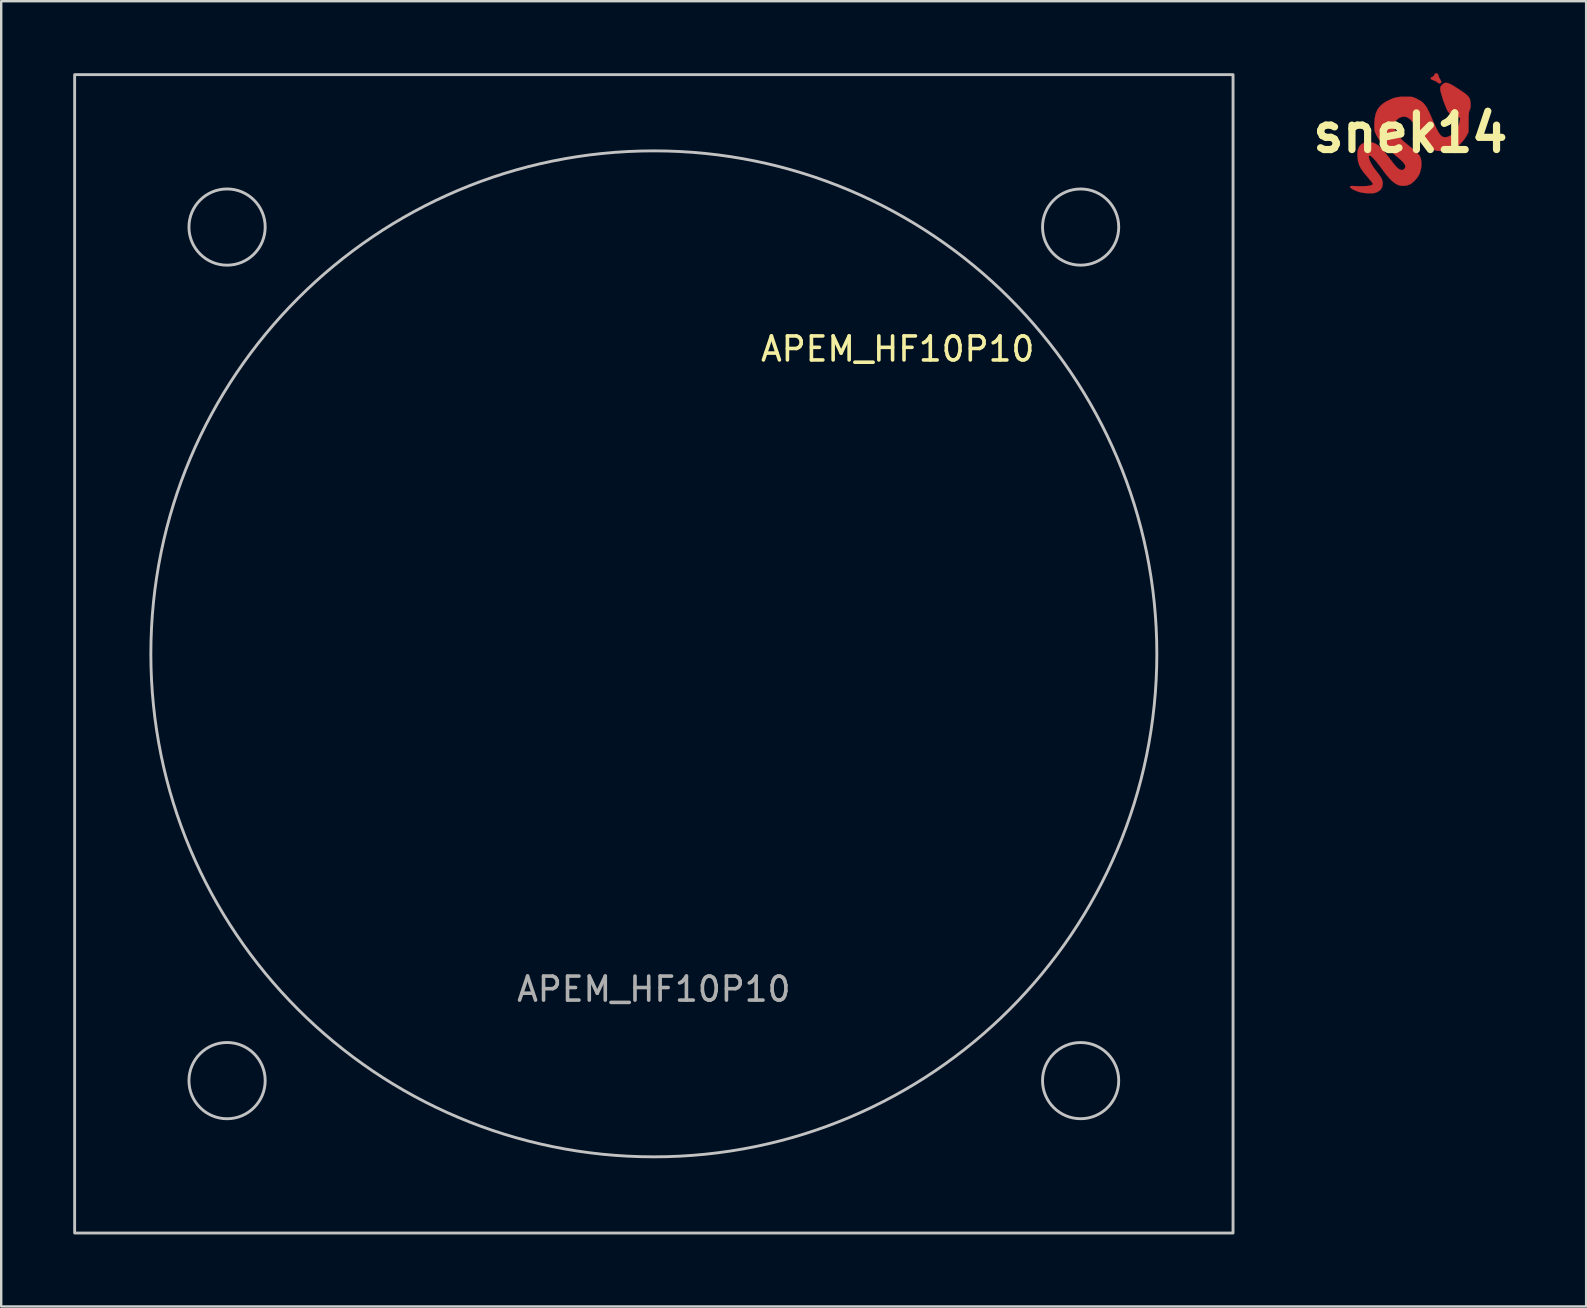
<source format=kicad_pcb>
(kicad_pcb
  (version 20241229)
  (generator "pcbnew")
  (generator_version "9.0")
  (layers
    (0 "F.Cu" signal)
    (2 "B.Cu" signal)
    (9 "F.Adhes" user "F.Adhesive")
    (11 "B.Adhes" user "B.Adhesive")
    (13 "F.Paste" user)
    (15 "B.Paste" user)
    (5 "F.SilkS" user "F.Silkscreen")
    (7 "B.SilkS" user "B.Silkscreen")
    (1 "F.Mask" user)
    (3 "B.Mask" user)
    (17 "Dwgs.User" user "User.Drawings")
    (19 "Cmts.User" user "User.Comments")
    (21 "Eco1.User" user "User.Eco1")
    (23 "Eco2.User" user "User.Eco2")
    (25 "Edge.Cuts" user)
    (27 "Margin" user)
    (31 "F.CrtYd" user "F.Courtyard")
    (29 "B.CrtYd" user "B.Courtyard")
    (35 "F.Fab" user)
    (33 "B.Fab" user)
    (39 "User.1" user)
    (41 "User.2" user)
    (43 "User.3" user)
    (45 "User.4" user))
  (footprint "APEM_HF10P10"
    (layer "F.Cu")
    (at 24.19 24.19)
    (property "Reference" "APEM_HF10P10" (at 10.16 -12.7 0) (unlocked yes) (layer "F.SilkS") (effects (font (size 1 1) (thickness 0.15))))
    (fp_rect (start -24.13 -24.13) (end 24.13 24.13) (stroke (width 0.12) (type solid)) (fill no) (layer "Dwgs.User"))
    (fp_circle (center -17.78 -17.78) (end -16.192 -17.78) (stroke (width 0.12) (type solid)) (fill no) (layer "Dwgs.User"))
    (fp_circle (center -17.78 17.78) (end -16.192 17.78) (stroke (width 0.12) (type solid)) (fill no) (layer "Dwgs.User"))
    (fp_circle (center 0 0) (end 20.955 0) (stroke (width 0.12) (type solid)) (fill no) (layer "Dwgs.User"))
    (fp_circle (center 17.78 -17.78) (end 19.367 -17.78) (stroke (width 0.12) (type solid)) (fill no) (layer "Dwgs.User"))
    (fp_circle (center 17.78 17.78) (end 19.367 17.78) (stroke (width 0.12) (type solid)) (fill no) (layer "Dwgs.User"))
    (fp_text user "${REFERENCE}" (at 0 13.97 0) (unlocked yes) (layer "F.Fab") (effects (font (size 1 1) (thickness 0.15)))))
  (footprint "snek14"
    (layer "F.Cu")
    (at 55.705 2.49)
    (property "Reference" "snek14" (at 0 0 0) (layer "F.SilkS") (effects (font (size 1.524 1.524) (thickness 0.3))))
    (attr through_hole)
    (fp_poly (pts (xy 1.091 -2.484) (xy 1.139 -2.466) (xy 1.165 -2.416) (xy 1.171 -2.391) (xy 1.2 -2.309) (xy 1.244 -2.231) (xy 1.244 -2.231) (xy 1.278 -2.17) (xy 1.291 -2.118) (xy 1.29 -2.113) (xy 1.262 -2.074) (xy 1.211 -2.065) (xy 1.154 -2.087) (xy 1.131 -2.108) (xy 1.077 -2.147) (xy 0.999 -2.183) (xy 0.967 -2.194) (xy 0.89 -2.223) (xy 0.855 -2.255) (xy 0.851 -2.276) (xy 0.873 -2.319) (xy 0.911 -2.333) (xy 0.97 -2.365) (xy 1 -2.416) (xy 1.03 -2.47) (xy 1.073 -2.485) (xy 1.091 -2.484)) (stroke (width 0.01) (type solid)) (fill yes) (layer "F.Cu"))
    (fp_poly (pts (xy 1.562 -2.08) (xy 1.649 -2.046) (xy 1.76 -1.987) (xy 1.899 -1.902) (xy 2.074 -1.788) (xy 2.075 -1.787) (xy 2.224 -1.686) (xy 2.335 -1.602) (xy 2.412 -1.526) (xy 2.463 -1.453) (xy 2.492 -1.373) (xy 2.507 -1.28) (xy 2.511 -1.232) (xy 2.512 -1.116) (xy 2.501 -1.033) (xy 2.476 -0.966) (xy 2.474 -0.963) (xy 2.457 -0.922) (xy 2.444 -0.871) (xy 2.436 -0.802) (xy 2.43 -0.705) (xy 2.428 -0.571) (xy 2.427 -0.457) (xy 2.426 -0.038) (xy 2.337 0.127) (xy 2.256 0.254) (xy 2.149 0.386) (xy 2.028 0.51) (xy 1.906 0.614) (xy 1.794 0.686) (xy 1.791 0.687) (xy 1.728 0.715) (xy 1.668 0.733) (xy 1.597 0.743) (xy 1.5 0.748) (xy 1.372 0.749) (xy 1.244 0.749) (xy 1.152 0.745) (xy 1.083 0.735) (xy 1.022 0.716) (xy 0.956 0.687) (xy 0.908 0.663) (xy 0.796 0.599) (xy 0.7 0.525) (xy 0.613 0.433) (xy 0.528 0.315) (xy 0.44 0.163) (xy 0.366 0.021) (xy 0.299 -0.111) (xy 0.23 -0.237) (xy 0.168 -0.346) (xy 0.119 -0.424) (xy 0.108 -0.439) (xy -0.008 -0.572) (xy -0.127 -0.653) (xy -0.25 -0.685) (xy -0.376 -0.666) (xy -0.486 -0.613) (xy -0.596 -0.519) (xy -0.66 -0.408) (xy -0.678 -0.283) (xy -0.651 -0.145) (xy -0.58 0.004) (xy -0.465 0.161) (xy -0.307 0.326) (xy -0.107 0.495) (xy -0.074 0.52) (xy 0.059 0.626) (xy 0.185 0.736) (xy 0.293 0.84) (xy 0.371 0.928) (xy 0.384 0.945) (xy 0.435 1.053) (xy 0.461 1.192) (xy 0.463 1.35) (xy 0.441 1.513) (xy 0.396 1.67) (xy 0.365 1.739) (xy 0.283 1.871) (xy 0.175 1.995) (xy 0.057 2.096) (xy -0.011 2.139) (xy -0.096 2.171) (xy -0.2 2.196) (xy -0.255 2.203) (xy -0.379 2.201) (xy -0.5 2.171) (xy -0.621 2.109) (xy -0.747 2.012) (xy -0.881 1.878) (xy -1.028 1.703) (xy -1.184 1.494) (xy -1.306 1.33) (xy -1.419 1.189) (xy -1.518 1.076) (xy -1.6 0.994) (xy -1.661 0.948) (xy -1.687 0.94) (xy -1.723 0.959) (xy -1.73 1.012) (xy -1.711 1.093) (xy -1.67 1.195) (xy -1.608 1.312) (xy -1.528 1.438) (xy -1.434 1.566) (xy -1.417 1.587) (xy -1.305 1.73) (xy -1.226 1.846) (xy -1.177 1.944) (xy -1.152 2.033) (xy -1.148 2.12) (xy -1.149 2.14) (xy -1.179 2.269) (xy -1.245 2.368) (xy -1.353 2.447) (xy -1.372 2.457) (xy -1.439 2.487) (xy -1.508 2.504) (xy -1.596 2.512) (xy -1.714 2.513) (xy -1.867 2.505) (xy -2.01 2.486) (xy -2.098 2.467) (xy -2.234 2.422) (xy -2.352 2.372) (xy -2.443 2.321) (xy -2.498 2.275) (xy -2.511 2.251) (xy -2.512 2.231) (xy -2.5 2.217) (xy -2.467 2.211) (xy -2.406 2.209) (xy -2.307 2.212) (xy -2.216 2.215) (xy -2.013 2.219) (xy -1.843 2.213) (xy -1.709 2.198) (xy -1.618 2.174) (xy -1.582 2.152) (xy -1.569 2.138) (xy -1.563 2.124) (xy -1.568 2.103) (xy -1.587 2.07) (xy -1.626 2.02) (xy -1.686 1.947) (xy -1.773 1.845) (xy -1.854 1.751) (xy -1.979 1.596) (xy -2.069 1.46) (xy -2.131 1.331) (xy -2.171 1.196) (xy -2.186 1.116) (xy -2.205 0.902) (xy -2.189 0.724) (xy -2.138 0.583) (xy -2.052 0.479) (xy -1.933 0.412) (xy -1.779 0.383) (xy -1.729 0.381) (xy -1.609 0.391) (xy -1.496 0.425) (xy -1.385 0.485) (xy -1.27 0.576) (xy -1.146 0.702) (xy -1.008 0.867) (xy -0.894 1.016) (xy -0.776 1.173) (xy -0.682 1.293) (xy -0.606 1.382) (xy -0.545 1.445) (xy -0.492 1.489) (xy -0.452 1.513) (xy -0.37 1.545) (xy -0.307 1.538) (xy -0.254 1.499) (xy -0.217 1.452) (xy -0.203 1.403) (xy -0.213 1.348) (xy -0.251 1.282) (xy -0.319 1.202) (xy -0.42 1.103) (xy -0.558 0.982) (xy -0.694 0.867) (xy -0.881 0.709) (xy -1.032 0.573) (xy -1.152 0.455) (xy -1.247 0.348) (xy -1.323 0.245) (xy -1.386 0.141) (xy -1.408 0.098) (xy -1.448 0.015) (xy -1.475 -0.052) (xy -1.49 -0.117) (xy -1.497 -0.196) (xy -1.499 -0.305) (xy -1.499 -0.356) (xy -1.484 -0.601) (xy -1.44 -0.808) (xy -1.363 -0.982) (xy -1.25 -1.129) (xy -1.098 -1.253) (xy -0.972 -1.327) (xy -0.815 -1.404) (xy -0.682 -1.456) (xy -0.554 -1.489) (xy -0.414 -1.506) (xy -0.245 -1.511) (xy -0.215 -1.511) (xy -0.084 -1.511) (xy 0.009 -1.507) (xy 0.079 -1.499) (xy 0.141 -1.481) (xy 0.207 -1.454) (xy 0.285 -1.416) (xy 0.393 -1.358) (xy 0.483 -1.298) (xy 0.561 -1.228) (xy 0.632 -1.142) (xy 0.701 -1.032) (xy 0.773 -0.891) (xy 0.854 -0.714) (xy 0.901 -0.606) (xy 0.996 -0.388) (xy 1.076 -0.214) (xy 1.146 -0.079) (xy 1.207 0.023) (xy 1.264 0.095) (xy 1.319 0.141) (xy 1.377 0.167) (xy 1.439 0.177) (xy 1.46 0.178) (xy 1.578 0.155) (xy 1.701 0.092) (xy 1.818 -0.003) (xy 1.919 -0.121) (xy 1.968 -0.204) (xy 2 -0.28) (xy 2.03 -0.374) (xy 2.055 -0.471) (xy 2.071 -0.557) (xy 2.075 -0.618) (xy 2.07 -0.634) (xy 2.04 -0.649) (xy 1.978 -0.664) (xy 1.94 -0.67) (xy 1.783 -0.711) (xy 1.659 -0.789) (xy 1.561 -0.908) (xy 1.525 -0.975) (xy 1.475 -1.089) (xy 1.423 -1.224) (xy 1.371 -1.369) (xy 1.324 -1.513) (xy 1.285 -1.645) (xy 1.257 -1.755) (xy 1.245 -1.83) (xy 1.245 -1.838) (xy 1.256 -1.919) (xy 1.298 -1.984) (xy 1.32 -2.006) (xy 1.376 -2.053) (xy 1.431 -2.082) (xy 1.491 -2.091) (xy 1.562 -2.08)) (stroke (width 0.01) (type solid)) (fill yes) (layer "F.Cu"))
    (fp_poly (pts (xy 1.091 -2.484) (xy 1.139 -2.466) (xy 1.165 -2.416) (xy 1.171 -2.391) (xy 1.2 -2.309) (xy 1.244 -2.231) (xy 1.244 -2.231) (xy 1.278 -2.17) (xy 1.291 -2.118) (xy 1.29 -2.113) (xy 1.262 -2.074) (xy 1.211 -2.065) (xy 1.154 -2.087) (xy 1.131 -2.108) (xy 1.077 -2.147) (xy 0.999 -2.183) (xy 0.967 -2.194) (xy 0.89 -2.223) (xy 0.855 -2.255) (xy 0.851 -2.276) (xy 0.873 -2.319) (xy 0.911 -2.333) (xy 0.97 -2.365) (xy 1 -2.416) (xy 1.03 -2.47) (xy 1.073 -2.485) (xy 1.091 -2.484)) (stroke (width 0.01) (type solid)) (fill yes) (layer "F.Mask"))
    (fp_poly (pts (xy 1.562 -2.08) (xy 1.649 -2.046) (xy 1.76 -1.987) (xy 1.899 -1.902) (xy 2.074 -1.788) (xy 2.075 -1.787) (xy 2.224 -1.686) (xy 2.335 -1.602) (xy 2.412 -1.526) (xy 2.463 -1.453) (xy 2.492 -1.373) (xy 2.507 -1.28) (xy 2.511 -1.232) (xy 2.512 -1.116) (xy 2.501 -1.033) (xy 2.476 -0.966) (xy 2.474 -0.963) (xy 2.457 -0.922) (xy 2.444 -0.871) (xy 2.436 -0.802) (xy 2.43 -0.705) (xy 2.428 -0.571) (xy 2.427 -0.457) (xy 2.426 -0.038) (xy 2.337 0.127) (xy 2.256 0.254) (xy 2.149 0.386) (xy 2.028 0.51) (xy 1.906 0.614) (xy 1.794 0.686) (xy 1.791 0.687) (xy 1.728 0.715) (xy 1.668 0.733) (xy 1.597 0.743) (xy 1.5 0.748) (xy 1.372 0.749) (xy 1.244 0.749) (xy 1.152 0.745) (xy 1.083 0.735) (xy 1.022 0.716) (xy 0.956 0.687) (xy 0.908 0.663) (xy 0.796 0.599) (xy 0.7 0.525) (xy 0.613 0.433) (xy 0.528 0.315) (xy 0.44 0.163) (xy 0.366 0.021) (xy 0.299 -0.111) (xy 0.23 -0.237) (xy 0.168 -0.346) (xy 0.119 -0.424) (xy 0.108 -0.439) (xy -0.008 -0.572) (xy -0.127 -0.653) (xy -0.25 -0.685) (xy -0.376 -0.666) (xy -0.486 -0.613) (xy -0.596 -0.519) (xy -0.66 -0.408) (xy -0.678 -0.283) (xy -0.651 -0.145) (xy -0.58 0.004) (xy -0.465 0.161) (xy -0.307 0.326) (xy -0.107 0.495) (xy -0.074 0.52) (xy 0.059 0.626) (xy 0.185 0.736) (xy 0.293 0.84) (xy 0.371 0.928) (xy 0.384 0.945) (xy 0.435 1.053) (xy 0.461 1.192) (xy 0.463 1.35) (xy 0.441 1.513) (xy 0.396 1.67) (xy 0.365 1.739) (xy 0.283 1.871) (xy 0.175 1.995) (xy 0.057 2.096) (xy -0.011 2.139) (xy -0.096 2.171) (xy -0.2 2.196) (xy -0.255 2.203) (xy -0.379 2.201) (xy -0.5 2.171) (xy -0.621 2.109) (xy -0.747 2.012) (xy -0.881 1.878) (xy -1.028 1.703) (xy -1.184 1.494) (xy -1.306 1.33) (xy -1.419 1.189) (xy -1.518 1.076) (xy -1.6 0.994) (xy -1.661 0.948) (xy -1.687 0.94) (xy -1.723 0.959) (xy -1.73 1.012) (xy -1.711 1.093) (xy -1.67 1.195) (xy -1.608 1.312) (xy -1.528 1.438) (xy -1.434 1.566) (xy -1.417 1.587) (xy -1.305 1.73) (xy -1.226 1.846) (xy -1.177 1.944) (xy -1.152 2.033) (xy -1.148 2.12) (xy -1.149 2.14) (xy -1.179 2.269) (xy -1.245 2.368) (xy -1.353 2.447) (xy -1.372 2.457) (xy -1.439 2.487) (xy -1.508 2.504) (xy -1.596 2.512) (xy -1.714 2.513) (xy -1.867 2.505) (xy -2.01 2.486) (xy -2.098 2.467) (xy -2.234 2.422) (xy -2.352 2.372) (xy -2.443 2.321) (xy -2.498 2.275) (xy -2.511 2.251) (xy -2.512 2.231) (xy -2.5 2.217) (xy -2.467 2.211) (xy -2.406 2.209) (xy -2.307 2.212) (xy -2.216 2.215) (xy -2.013 2.219) (xy -1.843 2.213) (xy -1.709 2.198) (xy -1.618 2.174) (xy -1.582 2.152) (xy -1.569 2.138) (xy -1.563 2.124) (xy -1.568 2.103) (xy -1.587 2.07) (xy -1.626 2.02) (xy -1.686 1.947) (xy -1.773 1.845) (xy -1.854 1.751) (xy -1.979 1.596) (xy -2.069 1.46) (xy -2.131 1.331) (xy -2.171 1.196) (xy -2.186 1.116) (xy -2.205 0.902) (xy -2.189 0.724) (xy -2.138 0.583) (xy -2.052 0.479) (xy -1.933 0.412) (xy -1.779 0.383) (xy -1.729 0.381) (xy -1.609 0.391) (xy -1.496 0.425) (xy -1.385 0.485) (xy -1.27 0.576) (xy -1.146 0.702) (xy -1.008 0.867) (xy -0.894 1.016) (xy -0.776 1.173) (xy -0.682 1.293) (xy -0.606 1.382) (xy -0.545 1.445) (xy -0.492 1.489) (xy -0.452 1.513) (xy -0.37 1.545) (xy -0.307 1.538) (xy -0.254 1.499) (xy -0.217 1.452) (xy -0.203 1.403) (xy -0.213 1.348) (xy -0.251 1.282) (xy -0.319 1.202) (xy -0.42 1.103) (xy -0.558 0.982) (xy -0.694 0.867) (xy -0.881 0.709) (xy -1.032 0.573) (xy -1.152 0.455) (xy -1.247 0.348) (xy -1.323 0.245) (xy -1.386 0.141) (xy -1.408 0.098) (xy -1.448 0.015) (xy -1.475 -0.052) (xy -1.49 -0.117) (xy -1.497 -0.196) (xy -1.499 -0.305) (xy -1.499 -0.356) (xy -1.484 -0.601) (xy -1.44 -0.808) (xy -1.363 -0.982) (xy -1.25 -1.129) (xy -1.098 -1.253) (xy -0.972 -1.327) (xy -0.815 -1.404) (xy -0.682 -1.456) (xy -0.554 -1.489) (xy -0.414 -1.506) (xy -0.245 -1.511) (xy -0.215 -1.511) (xy -0.084 -1.511) (xy 0.009 -1.507) (xy 0.079 -1.499) (xy 0.141 -1.481) (xy 0.207 -1.454) (xy 0.285 -1.416) (xy 0.393 -1.358) (xy 0.483 -1.298) (xy 0.561 -1.228) (xy 0.632 -1.142) (xy 0.701 -1.032) (xy 0.773 -0.891) (xy 0.854 -0.714) (xy 0.901 -0.606) (xy 0.996 -0.388) (xy 1.076 -0.214) (xy 1.146 -0.079) (xy 1.207 0.023) (xy 1.264 0.095) (xy 1.319 0.141) (xy 1.377 0.167) (xy 1.439 0.177) (xy 1.46 0.178) (xy 1.578 0.155) (xy 1.701 0.092) (xy 1.818 -0.003) (xy 1.919 -0.121) (xy 1.968 -0.204) (xy 2 -0.28) (xy 2.03 -0.374) (xy 2.055 -0.471) (xy 2.071 -0.557) (xy 2.075 -0.618) (xy 2.07 -0.634) (xy 2.04 -0.649) (xy 1.978 -0.664) (xy 1.94 -0.67) (xy 1.783 -0.711) (xy 1.659 -0.789) (xy 1.561 -0.908) (xy 1.525 -0.975) (xy 1.475 -1.089) (xy 1.423 -1.224) (xy 1.371 -1.369) (xy 1.324 -1.513) (xy 1.285 -1.645) (xy 1.257 -1.755) (xy 1.245 -1.83) (xy 1.245 -1.838) (xy 1.256 -1.919) (xy 1.298 -1.984) (xy 1.32 -2.006) (xy 1.376 -2.053) (xy 1.431 -2.082) (xy 1.491 -2.091) (xy 1.562 -2.08)) (stroke (width 0.01) (type solid)) (fill yes) (layer "F.Mask")))
  (gr_rect
    (start -3 -3)
    (end 63.031 51.38)
    (stroke (width 0.1) (type default))
    (fill no)
    (layer "Edge.Cuts")))
</source>
